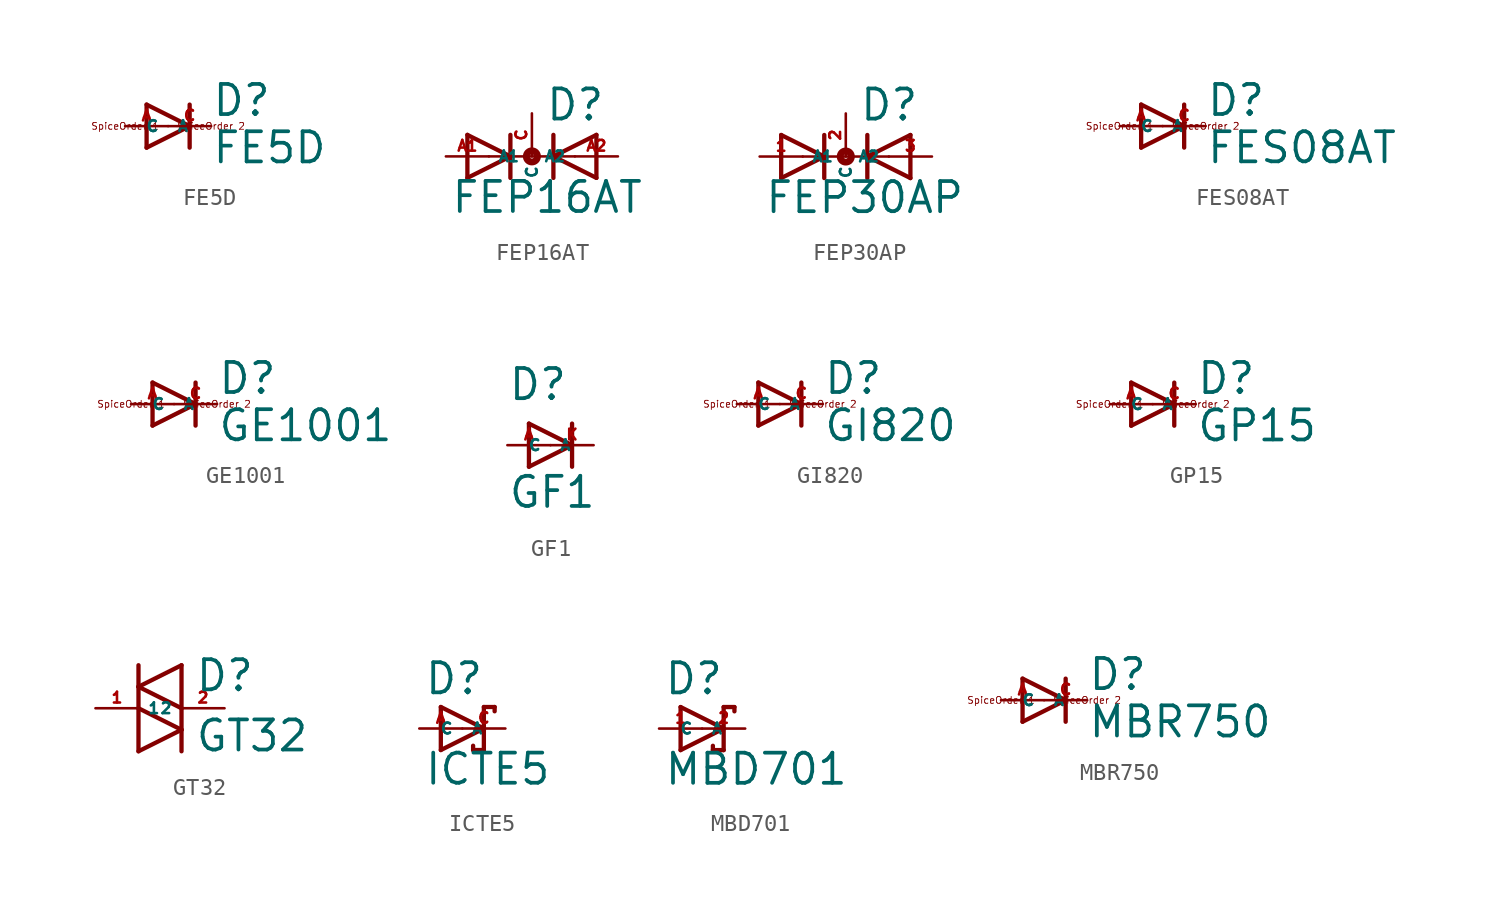
<source format=kicad_sym>
(kicad_symbol_lib
  (version 20220914)
  (generator Eagle2Kicad)
  (symbol "FE5D"
    (property "Reference" "D"
      (at 2.54 0.483 0)
      (effects (font (size 1.778 1.778) (thickness 0.22)) (justify left bottom)))
    (property "Value" "FE5D"
      (at 2.54 -2.311 0)
      (effects (font (size 1.778 1.778) (thickness 0.22)) (justify left bottom)))
    (polyline
      (pts (xy -1.27 -1.27) (xy 1.27 0))
      (stroke (width 0.254) (type default))
      (fill (type none)))
    (polyline
      (pts (xy 1.27 0) (xy -1.27 1.27))
      (stroke (width 0.254) (type default))
      (fill (type none)))
    (polyline
      (pts (xy 1.27 1.27) (xy 1.27 0))
      (stroke (width 0.254) (type default))
      (fill (type none)))
    (polyline
      (pts (xy -1.27 1.27) (xy -1.27 -1.27))
      (stroke (width 0.254) (type default))
      (fill (type none)))
    (polyline
      (pts (xy 1.27 0) (xy 1.27 -1.27))
      (stroke (width 0.254) (type default))
      (fill (type none)))
    (text "SpiceOrder 1"
      (at -2.54 0 0)
      (effects (font (size 0.406 0.406) (thickness 0.05))))
    (text "SpiceOrder 2"
      (at 2.54 0 0)
      (effects (font (size 0.406 0.406) (thickness 0.05))))
    (pin passive line
      (at -2.54 0 0)
      (length 2.54)
      (name "A" (effects (font (size 0.635 0.635) (thickness 0.08)) (justify left bottom)))
      (number "A" (effects (font (size 0.635 0.635) (thickness 0.08)) (justify left bottom))))
    (pin passive line
      (at 2.54 0 180)
      (length 2.54)
      (name "C" (effects (font (size 0.635 0.635) (thickness 0.08)) (justify left bottom)))
      (number "C" (effects (font (size 0.635 0.635) (thickness 0.08)) (justify left bottom)))))
  (symbol "FEP16AT"
    (property "Reference" "D"
      (at 0.762 2.007 0)
      (effects (font (size 1.778 1.778) (thickness 0.22)) (justify left bottom)))
    (property "Value" "FEP16AT"
      (at -4.826 -3.454 0)
      (effects (font (size 1.778 1.778) (thickness 0.22)) (justify left bottom)))
    (polyline
      (pts (xy -3.81 -1.27) (xy -1.27 0))
      (stroke (width 0.254) (type default))
      (fill (type none)))
    (polyline
      (pts (xy -1.27 0) (xy -3.81 1.27))
      (stroke (width 0.254) (type default))
      (fill (type none)))
    (polyline
      (pts (xy -1.27 1.27) (xy -1.27 0))
      (stroke (width 0.254) (type default))
      (fill (type none)))
    (polyline
      (pts (xy -2.54 0) (xy -1.27 0))
      (stroke (width 0.152) (type default))
      (fill (type none)))
    (polyline
      (pts (xy -3.81 1.27) (xy -3.81 -1.27))
      (stroke (width 0.254) (type default))
      (fill (type none)))
    (polyline
      (pts (xy -1.27 0) (xy -1.27 -1.27))
      (stroke (width 0.254) (type default))
      (fill (type none)))
    (polyline
      (pts (xy 3.81 1.27) (xy 1.27 0))
      (stroke (width 0.254) (type default))
      (fill (type none)))
    (polyline
      (pts (xy 1.27 0) (xy 3.81 -1.27))
      (stroke (width 0.254) (type default))
      (fill (type none)))
    (polyline
      (pts (xy 1.27 -1.27) (xy 1.27 0))
      (stroke (width 0.254) (type default))
      (fill (type none)))
    (polyline
      (pts (xy -1.27 0) (xy 1.27 0))
      (stroke (width 0.152) (type default))
      (fill (type none)))
    (polyline
      (pts (xy 2.54 0) (xy 1.27 0))
      (stroke (width 0.152) (type default))
      (fill (type none)))
    (polyline
      (pts (xy 3.81 -1.27) (xy 3.81 1.27))
      (stroke (width 0.254) (type default))
      (fill (type none)))
    (polyline
      (pts (xy 1.27 0) (xy 1.27 1.27))
      (stroke (width 0.254) (type default))
      (fill (type none)))
    (circle
      (center 0 0)
      (radius 0.127)
      (stroke (width 0.406) (type default))
      (fill (type none)))
    (pin passive line
      (at -5.08 0 0)
      (length 2.54)
      (name "A1" (effects (font (size 0.635 0.635) (thickness 0.08)) (justify left bottom)))
      (number "A1" (effects (font (size 0.635 0.635) (thickness 0.08)) (justify left bottom))))
    (pin passive line
      (at 5.08 0 180)
      (length 2.54)
      (name "A2" (effects (font (size 0.635 0.635) (thickness 0.08)) (justify left bottom)))
      (number "A2" (effects (font (size 0.635 0.635) (thickness 0.08)) (justify left bottom))))
    (pin passive line
      (at 0 2.54 270)
      (length 2.54)
      (name "C" (effects (font (size 0.635 0.635) (thickness 0.08)) (justify left bottom)))
      (number "C" (effects (font (size 0.635 0.635) (thickness 0.08)) (justify left bottom)))))
  (symbol "FEP30AP"
    (property "Reference" "D"
      (at 0.762 2.007 0)
      (effects (font (size 1.778 1.778) (thickness 0.22)) (justify left bottom)))
    (property "Value" "FEP30AP"
      (at -4.826 -3.454 0)
      (effects (font (size 1.778 1.778) (thickness 0.22)) (justify left bottom)))
    (polyline
      (pts (xy -3.81 -1.27) (xy -1.27 0))
      (stroke (width 0.254) (type default))
      (fill (type none)))
    (polyline
      (pts (xy -1.27 0) (xy -3.81 1.27))
      (stroke (width 0.254) (type default))
      (fill (type none)))
    (polyline
      (pts (xy -1.27 1.27) (xy -1.27 0))
      (stroke (width 0.254) (type default))
      (fill (type none)))
    (polyline
      (pts (xy -2.54 0) (xy -1.27 0))
      (stroke (width 0.152) (type default))
      (fill (type none)))
    (polyline
      (pts (xy -3.81 1.27) (xy -3.81 -1.27))
      (stroke (width 0.254) (type default))
      (fill (type none)))
    (polyline
      (pts (xy -1.27 0) (xy -1.27 -1.27))
      (stroke (width 0.254) (type default))
      (fill (type none)))
    (polyline
      (pts (xy 3.81 1.27) (xy 1.27 0))
      (stroke (width 0.254) (type default))
      (fill (type none)))
    (polyline
      (pts (xy 1.27 0) (xy 3.81 -1.27))
      (stroke (width 0.254) (type default))
      (fill (type none)))
    (polyline
      (pts (xy 1.27 -1.27) (xy 1.27 0))
      (stroke (width 0.254) (type default))
      (fill (type none)))
    (polyline
      (pts (xy -1.27 0) (xy 1.27 0))
      (stroke (width 0.152) (type default))
      (fill (type none)))
    (polyline
      (pts (xy 2.54 0) (xy 1.27 0))
      (stroke (width 0.152) (type default))
      (fill (type none)))
    (polyline
      (pts (xy 3.81 -1.27) (xy 3.81 1.27))
      (stroke (width 0.254) (type default))
      (fill (type none)))
    (polyline
      (pts (xy 1.27 0) (xy 1.27 1.27))
      (stroke (width 0.254) (type default))
      (fill (type none)))
    (circle
      (center 0 0)
      (radius 0.127)
      (stroke (width 0.406) (type default))
      (fill (type none)))
    (pin passive line
      (at -5.08 0 0)
      (length 2.54)
      (name "A1" (effects (font (size 0.635 0.635) (thickness 0.08)) (justify left bottom)))
      (number "1" (effects (font (size 0.635 0.635) (thickness 0.08)) (justify left bottom))))
    (pin passive line
      (at 5.08 0 180)
      (length 2.54)
      (name "A2" (effects (font (size 0.635 0.635) (thickness 0.08)) (justify left bottom)))
      (number "3" (effects (font (size 0.635 0.635) (thickness 0.08)) (justify left bottom))))
    (pin passive line
      (at 0 2.54 270)
      (length 2.54)
      (name "C" (effects (font (size 0.635 0.635) (thickness 0.08)) (justify left bottom)))
      (number "2" (effects (font (size 0.635 0.635) (thickness 0.08)) (justify left bottom)))))
  (symbol "FES08AT"
    (property "Reference" "D"
      (at 2.54 0.483 0)
      (effects (font (size 1.778 1.778) (thickness 0.22)) (justify left bottom)))
    (property "Value" "FES08AT"
      (at 2.54 -2.311 0)
      (effects (font (size 1.778 1.778) (thickness 0.22)) (justify left bottom)))
    (polyline
      (pts (xy -1.27 -1.27) (xy 1.27 0))
      (stroke (width 0.254) (type default))
      (fill (type none)))
    (polyline
      (pts (xy 1.27 0) (xy -1.27 1.27))
      (stroke (width 0.254) (type default))
      (fill (type none)))
    (polyline
      (pts (xy 1.27 1.27) (xy 1.27 0))
      (stroke (width 0.254) (type default))
      (fill (type none)))
    (polyline
      (pts (xy -1.27 1.27) (xy -1.27 -1.27))
      (stroke (width 0.254) (type default))
      (fill (type none)))
    (polyline
      (pts (xy 1.27 0) (xy 1.27 -1.27))
      (stroke (width 0.254) (type default))
      (fill (type none)))
    (text "SpiceOrder 1"
      (at -2.54 0 0)
      (effects (font (size 0.406 0.406) (thickness 0.05))))
    (text "SpiceOrder 2"
      (at 2.54 0 0)
      (effects (font (size 0.406 0.406) (thickness 0.05))))
    (pin passive line
      (at -2.54 0 0)
      (length 2.54)
      (name "A" (effects (font (size 0.635 0.635) (thickness 0.08)) (justify left bottom)))
      (number "A" (effects (font (size 0.635 0.635) (thickness 0.08)) (justify left bottom))))
    (pin passive line
      (at 2.54 0 180)
      (length 2.54)
      (name "C" (effects (font (size 0.635 0.635) (thickness 0.08)) (justify left bottom)))
      (number "C" (effects (font (size 0.635 0.635) (thickness 0.08)) (justify left bottom)))))
  (symbol "GE1001"
    (property "Reference" "D"
      (at 2.54 0.483 0)
      (effects (font (size 1.778 1.778) (thickness 0.22)) (justify left bottom)))
    (property "Value" "GE1001"
      (at 2.54 -2.311 0)
      (effects (font (size 1.778 1.778) (thickness 0.22)) (justify left bottom)))
    (polyline
      (pts (xy -1.27 -1.27) (xy 1.27 0))
      (stroke (width 0.254) (type default))
      (fill (type none)))
    (polyline
      (pts (xy 1.27 0) (xy -1.27 1.27))
      (stroke (width 0.254) (type default))
      (fill (type none)))
    (polyline
      (pts (xy 1.27 1.27) (xy 1.27 0))
      (stroke (width 0.254) (type default))
      (fill (type none)))
    (polyline
      (pts (xy -1.27 1.27) (xy -1.27 -1.27))
      (stroke (width 0.254) (type default))
      (fill (type none)))
    (polyline
      (pts (xy 1.27 0) (xy 1.27 -1.27))
      (stroke (width 0.254) (type default))
      (fill (type none)))
    (text "SpiceOrder 1"
      (at -2.54 0 0)
      (effects (font (size 0.406 0.406) (thickness 0.05))))
    (text "SpiceOrder 2"
      (at 2.54 0 0)
      (effects (font (size 0.406 0.406) (thickness 0.05))))
    (pin passive line
      (at -2.54 0 0)
      (length 2.54)
      (name "A" (effects (font (size 0.635 0.635) (thickness 0.08)) (justify left bottom)))
      (number "A" (effects (font (size 0.635 0.635) (thickness 0.08)) (justify left bottom))))
    (pin passive line
      (at 2.54 0 180)
      (length 2.54)
      (name "C" (effects (font (size 0.635 0.635) (thickness 0.08)) (justify left bottom)))
      (number "C" (effects (font (size 0.635 0.635) (thickness 0.08)) (justify left bottom)))))
  (symbol "GF1"
    (property "Reference" "D"
      (at -2.54 2.54 0)
      (effects (font (size 1.778 1.778) (thickness 0.22)) (justify left bottom)))
    (property "Value" "GF1"
      (at -2.54 -3.81 0)
      (effects (font (size 1.778 1.778) (thickness 0.22)) (justify left bottom)))
    (polyline
      (pts (xy -1.27 -1.27) (xy 1.27 0))
      (stroke (width 0.254) (type default))
      (fill (type none)))
    (polyline
      (pts (xy 1.27 0) (xy -1.27 1.27))
      (stroke (width 0.254) (type default))
      (fill (type none)))
    (polyline
      (pts (xy 1.27 1.27) (xy 1.27 0))
      (stroke (width 0.254) (type default))
      (fill (type none)))
    (polyline
      (pts (xy -1.27 1.27) (xy -1.27 -1.27))
      (stroke (width 0.254) (type default))
      (fill (type none)))
    (polyline
      (pts (xy 1.27 0) (xy 1.27 -1.27))
      (stroke (width 0.254) (type default))
      (fill (type none)))
    (pin passive line
      (at -2.54 0 0)
      (length 2.54)
      (name "A" (effects (font (size 0.635 0.635) (thickness 0.08)) (justify left bottom)))
      (number "A" (effects (font (size 0.635 0.635) (thickness 0.08)) (justify left bottom))))
    (pin passive line
      (at 2.54 0 180)
      (length 2.54)
      (name "C" (effects (font (size 0.635 0.635) (thickness 0.08)) (justify left bottom)))
      (number "K" (effects (font (size 0.635 0.635) (thickness 0.08)) (justify left bottom)))))
  (symbol "GI820"
    (property "Reference" "D"
      (at 2.54 0.483 0)
      (effects (font (size 1.778 1.778) (thickness 0.22)) (justify left bottom)))
    (property "Value" "GI820"
      (at 2.54 -2.311 0)
      (effects (font (size 1.778 1.778) (thickness 0.22)) (justify left bottom)))
    (polyline
      (pts (xy -1.27 -1.27) (xy 1.27 0))
      (stroke (width 0.254) (type default))
      (fill (type none)))
    (polyline
      (pts (xy 1.27 0) (xy -1.27 1.27))
      (stroke (width 0.254) (type default))
      (fill (type none)))
    (polyline
      (pts (xy 1.27 1.27) (xy 1.27 0))
      (stroke (width 0.254) (type default))
      (fill (type none)))
    (polyline
      (pts (xy -1.27 1.27) (xy -1.27 -1.27))
      (stroke (width 0.254) (type default))
      (fill (type none)))
    (polyline
      (pts (xy 1.27 0) (xy 1.27 -1.27))
      (stroke (width 0.254) (type default))
      (fill (type none)))
    (text "SpiceOrder 1"
      (at -2.54 0 0)
      (effects (font (size 0.406 0.406) (thickness 0.05))))
    (text "SpiceOrder 2"
      (at 2.54 0 0)
      (effects (font (size 0.406 0.406) (thickness 0.05))))
    (pin passive line
      (at -2.54 0 0)
      (length 2.54)
      (name "A" (effects (font (size 0.635 0.635) (thickness 0.08)) (justify left bottom)))
      (number "A" (effects (font (size 0.635 0.635) (thickness 0.08)) (justify left bottom))))
    (pin passive line
      (at 2.54 0 180)
      (length 2.54)
      (name "C" (effects (font (size 0.635 0.635) (thickness 0.08)) (justify left bottom)))
      (number "C" (effects (font (size 0.635 0.635) (thickness 0.08)) (justify left bottom)))))
  (symbol "GP15"
    (property "Reference" "D"
      (at 2.54 0.483 0)
      (effects (font (size 1.778 1.778) (thickness 0.22)) (justify left bottom)))
    (property "Value" "GP15"
      (at 2.54 -2.311 0)
      (effects (font (size 1.778 1.778) (thickness 0.22)) (justify left bottom)))
    (polyline
      (pts (xy -1.27 -1.27) (xy 1.27 0))
      (stroke (width 0.254) (type default))
      (fill (type none)))
    (polyline
      (pts (xy 1.27 0) (xy -1.27 1.27))
      (stroke (width 0.254) (type default))
      (fill (type none)))
    (polyline
      (pts (xy 1.27 1.27) (xy 1.27 0))
      (stroke (width 0.254) (type default))
      (fill (type none)))
    (polyline
      (pts (xy -1.27 1.27) (xy -1.27 -1.27))
      (stroke (width 0.254) (type default))
      (fill (type none)))
    (polyline
      (pts (xy 1.27 0) (xy 1.27 -1.27))
      (stroke (width 0.254) (type default))
      (fill (type none)))
    (text "SpiceOrder 1"
      (at -2.54 0 0)
      (effects (font (size 0.406 0.406) (thickness 0.05))))
    (text "SpiceOrder 2"
      (at 2.54 0 0)
      (effects (font (size 0.406 0.406) (thickness 0.05))))
    (pin passive line
      (at -2.54 0 0)
      (length 2.54)
      (name "A" (effects (font (size 0.635 0.635) (thickness 0.08)) (justify left bottom)))
      (number "A" (effects (font (size 0.635 0.635) (thickness 0.08)) (justify left bottom))))
    (pin passive line
      (at 2.54 0 180)
      (length 2.54)
      (name "C" (effects (font (size 0.635 0.635) (thickness 0.08)) (justify left bottom)))
      (number "C" (effects (font (size 0.635 0.635) (thickness 0.08)) (justify left bottom)))))
  (symbol "GT32"
    (property "Reference" "D"
      (at 0.762 0.889 0)
      (effects (font (size 1.778 1.778) (thickness 0.22)) (justify left bottom)))
    (property "Value" "GT32"
      (at 0.762 -2.667 0)
      (effects (font (size 1.778 1.778) (thickness 0.22)) (justify left bottom)))
    (polyline
      (pts (xy -2.54 -2.54) (xy 0 -1.27))
      (stroke (width 0.254) (type default))
      (fill (type none)))
    (polyline
      (pts (xy 0 -1.27) (xy -2.54 0))
      (stroke (width 0.254) (type default))
      (fill (type none)))
    (polyline
      (pts (xy 0 0) (xy 0 -1.27))
      (stroke (width 0.254) (type default))
      (fill (type none)))
    (polyline
      (pts (xy -2.54 0) (xy -2.54 -2.54))
      (stroke (width 0.254) (type default))
      (fill (type none)))
    (polyline
      (pts (xy 0 -1.27) (xy 0 -2.54))
      (stroke (width 0.254) (type default))
      (fill (type none)))
    (polyline
      (pts (xy -2.54 2.54) (xy -2.54 1.27))
      (stroke (width 0.254) (type default))
      (fill (type none)))
    (polyline
      (pts (xy -2.54 1.27) (xy -2.54 0))
      (stroke (width 0.254) (type default))
      (fill (type none)))
    (polyline
      (pts (xy 0 0) (xy -2.54 1.27))
      (stroke (width 0.254) (type default))
      (fill (type none)))
    (polyline
      (pts (xy -2.54 1.27) (xy 0 2.54))
      (stroke (width 0.254) (type default))
      (fill (type none)))
    (polyline
      (pts (xy 0 2.54) (xy 0 0))
      (stroke (width 0.254) (type default))
      (fill (type none)))
    (pin passive line
      (at -5.08 0 0)
      (length 2.54)
      (name "1" (effects (font (size 0.635 0.635) (thickness 0.08)) (justify left bottom)))
      (number "1" (effects (font (size 0.635 0.635) (thickness 0.08)) (justify left bottom))))
    (pin passive line
      (at 2.54 0 180)
      (length 2.54)
      (name "2" (effects (font (size 0.635 0.635) (thickness 0.08)) (justify left bottom)))
      (number "2" (effects (font (size 0.635 0.635) (thickness 0.08)) (justify left bottom)))))
  (symbol "ICTE5"
    (property "Reference" "D"
      (at -2.286 1.905 0)
      (effects (font (size 1.778 1.778) (thickness 0.22)) (justify left bottom)))
    (property "Value" "ICTE5"
      (at -2.286 -3.429 0)
      (effects (font (size 1.778 1.778) (thickness 0.22)) (justify left bottom)))
    (polyline
      (pts (xy -1.27 -1.27) (xy 1.27 0))
      (stroke (width 0.254) (type default))
      (fill (type none)))
    (polyline
      (pts (xy 1.27 0) (xy -1.27 1.27))
      (stroke (width 0.254) (type default))
      (fill (type none)))
    (polyline
      (pts (xy 1.905 1.27) (xy 1.27 1.27))
      (stroke (width 0.254) (type default))
      (fill (type none)))
    (polyline
      (pts (xy 1.27 1.27) (xy 1.27 0))
      (stroke (width 0.254) (type default))
      (fill (type none)))
    (polyline
      (pts (xy -1.27 1.27) (xy -1.27 -1.27))
      (stroke (width 0.254) (type default))
      (fill (type none)))
    (polyline
      (pts (xy 1.27 0) (xy 1.27 -1.27))
      (stroke (width 0.254) (type default))
      (fill (type none)))
    (polyline
      (pts (xy 1.905 1.27) (xy 1.905 1.016))
      (stroke (width 0.254) (type default))
      (fill (type none)))
    (polyline
      (pts (xy 1.27 -1.27) (xy 0.635 -1.27))
      (stroke (width 0.254) (type default))
      (fill (type none)))
    (polyline
      (pts (xy 0.635 -1.016) (xy 0.635 -1.27))
      (stroke (width 0.254) (type default))
      (fill (type none)))
    (pin passive line
      (at -2.54 0 0)
      (length 2.54)
      (name "A" (effects (font (size 0.635 0.635) (thickness 0.08)) (justify left bottom)))
      (number "A" (effects (font (size 0.635 0.635) (thickness 0.08)) (justify left bottom))))
    (pin passive line
      (at 2.54 0 180)
      (length 2.54)
      (name "C" (effects (font (size 0.635 0.635) (thickness 0.08)) (justify left bottom)))
      (number "C" (effects (font (size 0.635 0.635) (thickness 0.08)) (justify left bottom)))))
  (symbol "MBD701"
    (property "Reference" "D"
      (at -2.286 1.905 0)
      (effects (font (size 1.778 1.778) (thickness 0.22)) (justify left bottom)))
    (property "Value" "MBD701"
      (at -2.286 -3.429 0)
      (effects (font (size 1.778 1.778) (thickness 0.22)) (justify left bottom)))
    (polyline
      (pts (xy -1.27 -1.27) (xy 1.27 0))
      (stroke (width 0.254) (type default))
      (fill (type none)))
    (polyline
      (pts (xy 1.27 0) (xy -1.27 1.27))
      (stroke (width 0.254) (type default))
      (fill (type none)))
    (polyline
      (pts (xy 1.905 1.27) (xy 1.27 1.27))
      (stroke (width 0.254) (type default))
      (fill (type none)))
    (polyline
      (pts (xy 1.27 1.27) (xy 1.27 0))
      (stroke (width 0.254) (type default))
      (fill (type none)))
    (polyline
      (pts (xy -1.27 1.27) (xy -1.27 -1.27))
      (stroke (width 0.254) (type default))
      (fill (type none)))
    (polyline
      (pts (xy 1.27 0) (xy 1.27 -1.27))
      (stroke (width 0.254) (type default))
      (fill (type none)))
    (polyline
      (pts (xy 1.905 1.27) (xy 1.905 1.016))
      (stroke (width 0.254) (type default))
      (fill (type none)))
    (polyline
      (pts (xy 1.27 -1.27) (xy 0.635 -1.27))
      (stroke (width 0.254) (type default))
      (fill (type none)))
    (polyline
      (pts (xy 0.635 -1.016) (xy 0.635 -1.27))
      (stroke (width 0.254) (type default))
      (fill (type none)))
    (pin passive line
      (at -2.54 0 0)
      (length 2.54)
      (name "A" (effects (font (size 0.635 0.635) (thickness 0.08)) (justify left bottom)))
      (number "1" (effects (font (size 0.635 0.635) (thickness 0.08)) (justify left bottom))))
    (pin passive line
      (at 2.54 0 180)
      (length 2.54)
      (name "C" (effects (font (size 0.635 0.635) (thickness 0.08)) (justify left bottom)))
      (number "2" (effects (font (size 0.635 0.635) (thickness 0.08)) (justify left bottom)))))
  (symbol "MBR750"
    (property "Reference" "D"
      (at 2.54 0.483 0)
      (effects (font (size 1.778 1.778) (thickness 0.22)) (justify left bottom)))
    (property "Value" "MBR750"
      (at 2.54 -2.311 0)
      (effects (font (size 1.778 1.778) (thickness 0.22)) (justify left bottom)))
    (polyline
      (pts (xy -1.27 -1.27) (xy 1.27 0))
      (stroke (width 0.254) (type default))
      (fill (type none)))
    (polyline
      (pts (xy 1.27 0) (xy -1.27 1.27))
      (stroke (width 0.254) (type default))
      (fill (type none)))
    (polyline
      (pts (xy 1.27 1.27) (xy 1.27 0))
      (stroke (width 0.254) (type default))
      (fill (type none)))
    (polyline
      (pts (xy -1.27 1.27) (xy -1.27 -1.27))
      (stroke (width 0.254) (type default))
      (fill (type none)))
    (polyline
      (pts (xy 1.27 0) (xy 1.27 -1.27))
      (stroke (width 0.254) (type default))
      (fill (type none)))
    (text "SpiceOrder 1"
      (at -2.54 0 0)
      (effects (font (size 0.406 0.406) (thickness 0.05))))
    (text "SpiceOrder 2"
      (at 2.54 0 0)
      (effects (font (size 0.406 0.406) (thickness 0.05))))
    (pin passive line
      (at -2.54 0 0)
      (length 2.54)
      (name "A" (effects (font (size 0.635 0.635) (thickness 0.08)) (justify left bottom)))
      (number "A" (effects (font (size 0.635 0.635) (thickness 0.08)) (justify left bottom))))
    (pin passive line
      (at 2.54 0 180)
      (length 2.54)
      (name "C" (effects (font (size 0.635 0.635) (thickness 0.08)) (justify left bottom)))
      (number "C" (effects (font (size 0.635 0.635) (thickness 0.08)) (justify left bottom))))))
</source>
